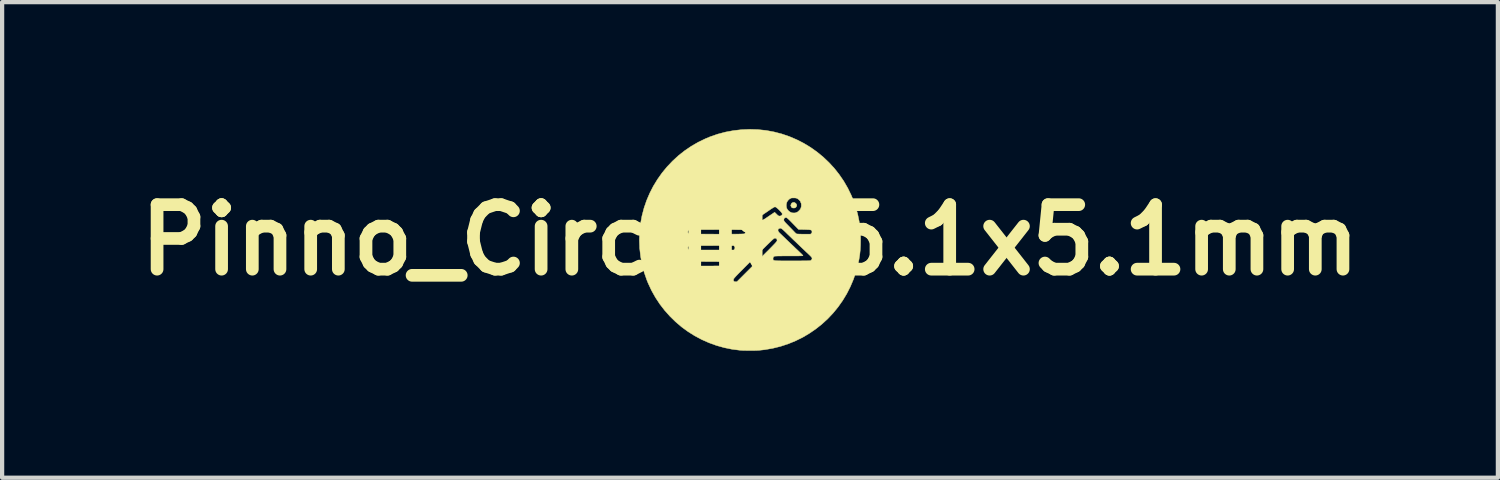
<source format=kicad_pcb>
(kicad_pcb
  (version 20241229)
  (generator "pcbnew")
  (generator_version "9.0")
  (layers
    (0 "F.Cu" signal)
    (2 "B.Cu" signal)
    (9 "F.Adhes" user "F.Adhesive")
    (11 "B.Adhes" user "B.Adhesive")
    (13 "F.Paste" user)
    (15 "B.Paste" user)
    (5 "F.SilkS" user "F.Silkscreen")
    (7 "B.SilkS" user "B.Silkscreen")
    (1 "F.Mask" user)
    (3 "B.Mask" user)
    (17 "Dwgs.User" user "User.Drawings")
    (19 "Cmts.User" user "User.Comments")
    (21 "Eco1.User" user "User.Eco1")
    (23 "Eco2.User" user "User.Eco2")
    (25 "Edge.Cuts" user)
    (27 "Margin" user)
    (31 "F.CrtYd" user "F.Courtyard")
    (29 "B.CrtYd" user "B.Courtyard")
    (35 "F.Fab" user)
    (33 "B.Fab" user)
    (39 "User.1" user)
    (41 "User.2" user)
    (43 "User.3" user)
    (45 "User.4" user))
  (footprint "Pinno_Circuit_5.1x5.1mm"
    (layer "F.Cu")
    (at 14.667 2.619)
    (property "Reference" "Pinno_Circuit_5.1x5.1mm" (at 0 0 0) (layer "F.SilkS") (effects (font (size 1.524 1.524) (thickness 0.3))))
    (attr through_hole)
    (fp_poly (pts (xy 1.054 -0.885) (xy 1.083 -0.864) (xy 1.1 -0.84) (xy 1.104 -0.814) (xy 1.095 -0.788) (xy 1.084 -0.774) (xy 1.067 -0.761) (xy 1.048 -0.756) (xy 1.031 -0.755) (xy 1.003 -0.758) (xy 0.987 -0.766) (xy 0.986 -0.767) (xy 0.972 -0.788) (xy 0.964 -0.809) (xy 0.962 -0.825) (xy 0.965 -0.83) (xy 0.972 -0.843) (xy 0.972 -0.847) (xy 0.979 -0.864) (xy 0.995 -0.878) (xy 1.017 -0.887) (xy 1.04 -0.889) (xy 1.054 -0.885)) (stroke (width 0.01) (type solid)) (fill yes) (layer "F.SilkS"))
    (fp_poly (pts (xy 0.185 -2.608) (xy 0.377 -2.588) (xy 0.385 -2.587) (xy 0.571 -2.552) (xy 0.754 -2.504) (xy 0.932 -2.443) (xy 1.105 -2.369) (xy 1.271 -2.284) (xy 1.431 -2.187) (xy 1.584 -2.078) (xy 1.728 -1.96) (xy 1.864 -1.831) (xy 1.991 -1.693) (xy 2.107 -1.546) (xy 2.214 -1.39) (xy 2.309 -1.226) (xy 2.392 -1.055) (xy 2.43 -0.963) (xy 2.493 -0.788) (xy 2.542 -0.615) (xy 2.578 -0.44) (xy 2.601 -0.261) (xy 2.611 -0.077) (xy 2.612 0) (xy 2.61 0.123) (xy 2.604 0.237) (xy 2.592 0.346) (xy 2.575 0.456) (xy 2.554 0.559) (xy 2.505 0.746) (xy 2.444 0.927) (xy 2.37 1.102) (xy 2.285 1.27) (xy 2.188 1.43) (xy 2.081 1.582) (xy 1.964 1.725) (xy 1.837 1.86) (xy 1.7 1.985) (xy 1.556 2.1) (xy 1.403 2.205) (xy 1.243 2.3) (xy 1.076 2.382) (xy 0.903 2.453) (xy 0.724 2.512) (xy 0.539 2.558) (xy 0.35 2.591) (xy 0.225 2.605) (xy 0.185 2.608) (xy 0.134 2.61) (xy 0.075 2.611) (xy 0.012 2.611) (xy -0.052 2.611) (xy -0.114 2.61) (xy -0.169 2.609) (xy -0.215 2.606) (xy -0.234 2.605) (xy -0.424 2.581) (xy -0.61 2.543) (xy -0.792 2.492) (xy -0.969 2.428) (xy -1.141 2.352) (xy -1.306 2.264) (xy -1.464 2.165) (xy -1.615 2.055) (xy -1.757 1.934) (xy -1.891 1.803) (xy -2.016 1.663) (xy -2.131 1.514) (xy -2.235 1.356) (xy -2.328 1.19) (xy -2.409 1.016) (xy -2.437 0.947) (xy -2.44 0.938) (xy -0.392 0.938) (xy -0.389 0.964) (xy -0.377 0.98) (xy -0.355 0.986) (xy -0.342 0.987) (xy -0.311 0.987) (xy 0.164 0.512) (xy 0.226 0.45) (xy 0.544 0.45) (xy 0.545 0.459) (xy 0.547 0.467) (xy 0.551 0.474) (xy 0.56 0.479) (xy 0.573 0.483) (xy 0.592 0.487) (xy 0.618 0.489) (xy 0.651 0.491) (xy 0.694 0.492) (xy 0.747 0.493) (xy 0.811 0.493) (xy 0.887 0.493) (xy 0.976 0.493) (xy 0.999 0.493) (xy 1.098 0.493) (xy 1.183 0.493) (xy 1.255 0.492) (xy 1.314 0.492) (xy 1.36 0.491) (xy 1.395 0.489) (xy 1.418 0.488) (xy 1.431 0.486) (xy 1.432 0.485) (xy 1.449 0.473) (xy 1.459 0.457) (xy 1.464 0.443) (xy 1.465 0.431) (xy 1.461 0.418) (xy 1.451 0.403) (xy 1.434 0.384) (xy 1.409 0.359) (xy 1.375 0.327) (xy 1.364 0.316) (xy 1.344 0.298) (xy 1.315 0.271) (xy 1.279 0.236) (xy 1.235 0.195) (xy 1.186 0.148) (xy 1.134 0.098) (xy 1.078 0.044) (xy 1.02 -0.01) (xy 0.963 -0.066) (xy 0.951 -0.077) (xy 0.917 -0.11) (xy 0.881 -0.144) (xy 0.848 -0.177) (xy 0.82 -0.204) (xy 0.813 -0.21) (xy 0.78 -0.241) (xy 0.755 -0.262) (xy 0.735 -0.274) (xy 0.719 -0.279) (xy 0.704 -0.278) (xy 0.696 -0.275) (xy 0.671 -0.26) (xy 0.66 -0.24) (xy 0.663 -0.216) (xy 0.679 -0.187) (xy 0.699 -0.165) (xy 0.716 -0.149) (xy 0.741 -0.125) (xy 0.774 -0.093) (xy 0.812 -0.057) (xy 0.854 -0.016) (xy 0.898 0.026) (xy 0.943 0.069) (xy 0.987 0.111) (xy 1.029 0.15) (xy 1.066 0.186) (xy 1.073 0.193) (xy 1.123 0.24) (xy 1.163 0.278) (xy 1.194 0.308) (xy 1.218 0.331) (xy 1.234 0.348) (xy 1.245 0.36) (xy 1.25 0.367) (xy 1.251 0.371) (xy 1.251 0.372) (xy 1.243 0.373) (xy 1.222 0.374) (xy 1.189 0.375) (xy 1.146 0.376) (xy 1.095 0.377) (xy 1.036 0.377) (xy 0.972 0.377) (xy 0.913 0.377) (xy 0.835 0.377) (xy 0.77 0.377) (xy 0.717 0.378) (xy 0.675 0.378) (xy 0.642 0.379) (xy 0.617 0.38) (xy 0.598 0.381) (xy 0.585 0.382) (xy 0.576 0.385) (xy 0.57 0.387) (xy 0.566 0.391) (xy 0.562 0.393) (xy 0.549 0.409) (xy 0.544 0.431) (xy 0.544 0.439) (xy 0.544 0.45) (xy 0.226 0.45) (xy 0.244 0.431) (xy 0.315 0.36) (xy 0.377 0.298) (xy 0.431 0.245) (xy 0.476 0.199) (xy 0.515 0.159) (xy 0.546 0.127) (xy 0.572 0.1) (xy 0.593 0.078) (xy 0.609 0.06) (xy 0.62 0.046) (xy 0.629 0.035) (xy 0.634 0.027) (xy 0.637 0.021) (xy 0.638 0.015) (xy 0.639 0.01) (xy 0.639 0.01) (xy 0.634 -0.018) (xy 0.619 -0.036) (xy 0.594 -0.043) (xy 0.589 -0.044) (xy 0.584 -0.043) (xy 0.578 -0.042) (xy 0.572 -0.038) (xy 0.563 -0.032) (xy 0.552 -0.024) (xy 0.537 -0.011) (xy 0.519 0.005) (xy 0.496 0.027) (xy 0.468 0.054) (xy 0.434 0.087) (xy 0.393 0.127) (xy 0.346 0.174) (xy 0.29 0.229) (xy 0.227 0.292) (xy 0.154 0.365) (xy 0.085 0.434) (xy 0.005 0.514) (xy -0.066 0.585) (xy -0.129 0.648) (xy -0.182 0.702) (xy -0.228 0.748) (xy -0.267 0.787) (xy -0.299 0.82) (xy -0.325 0.847) (xy -0.345 0.869) (xy -0.361 0.887) (xy -0.373 0.901) (xy -0.381 0.912) (xy -0.387 0.92) (xy -0.39 0.927) (xy -0.391 0.932) (xy -0.392 0.937) (xy -0.392 0.938) (xy -2.44 0.938) (xy -2.5 0.766) (xy -2.549 0.581) (xy -2.554 0.555) (xy -1.472 0.555) (xy -1.47 0.569) (xy -1.464 0.584) (xy -1.451 0.603) (xy -1.435 0.612) (xy -1.425 0.612) (xy -1.402 0.613) (xy -1.367 0.613) (xy -1.321 0.614) (xy -1.267 0.614) (xy -1.205 0.614) (xy -1.137 0.614) (xy -1.064 0.614) (xy -1.026 0.614) (xy -0.94 0.614) (xy -0.868 0.614) (xy -0.807 0.613) (xy -0.758 0.613) (xy -0.718 0.612) (xy -0.688 0.611) (xy -0.664 0.61) (xy -0.647 0.609) (xy -0.636 0.607) (xy -0.628 0.605) (xy -0.623 0.602) (xy -0.622 0.601) (xy -0.612 0.583) (xy -0.61 0.559) (xy -0.614 0.536) (xy -0.622 0.524) (xy -0.625 0.521) (xy -0.632 0.519) (xy -0.641 0.517) (xy -0.655 0.515) (xy -0.675 0.514) (xy -0.702 0.513) (xy -0.738 0.512) (xy -0.782 0.511) (xy -0.837 0.511) (xy -0.904 0.51) (xy -0.983 0.51) (xy -1.027 0.51) (xy -1.106 0.509) (xy -1.18 0.509) (xy -1.247 0.51) (xy -1.306 0.51) (xy -1.355 0.511) (xy -1.395 0.512) (xy -1.422 0.513) (xy -1.436 0.514) (xy -1.438 0.514) (xy -1.454 0.526) (xy -1.466 0.54) (xy -1.472 0.555) (xy -2.554 0.555) (xy -2.584 0.392) (xy -2.606 0.201) (xy -2.607 0.189) (xy -1.469 0.189) (xy -1.465 0.205) (xy -1.454 0.222) (xy -1.441 0.233) (xy -1.432 0.234) (xy -1.409 0.234) (xy -1.374 0.235) (xy -1.328 0.236) (xy -1.272 0.237) (xy -1.208 0.237) (xy -1.136 0.237) (xy -1.058 0.237) (xy -0.975 0.237) (xy -0.905 0.237) (xy -0.383 0.236) (xy -0.369 0.219) (xy -0.357 0.194) (xy -0.359 0.169) (xy -0.369 0.151) (xy -0.383 0.134) (xy -0.894 0.132) (xy -0.979 0.132) (xy -1.061 0.132) (xy -1.137 0.132) (xy -1.208 0.132) (xy -1.27 0.132) (xy -1.324 0.132) (xy -1.368 0.133) (xy -1.401 0.133) (xy -1.422 0.134) (xy -1.428 0.134) (xy -1.451 0.145) (xy -1.466 0.165) (xy -1.469 0.189) (xy -2.607 0.189) (xy -2.614 0.008) (xy -2.608 -0.185) (xy -2.606 -0.198) (xy -1.47 -0.198) (xy -1.469 -0.181) (xy -1.465 -0.173) (xy -1.454 -0.155) (xy -1.441 -0.145) (xy -1.432 -0.144) (xy -1.409 -0.143) (xy -1.374 -0.142) (xy -1.327 -0.142) (xy -1.271 -0.141) (xy -1.205 -0.14) (xy -1.131 -0.14) (xy -1.05 -0.139) (xy -0.963 -0.139) (xy -0.871 -0.139) (xy -0.787 -0.138) (xy -0.671 -0.138) (xy -0.568 -0.139) (xy -0.479 -0.139) (xy -0.402 -0.139) (xy -0.336 -0.139) (xy -0.28 -0.14) (xy -0.235 -0.141) (xy -0.199 -0.142) (xy -0.171 -0.143) (xy -0.151 -0.144) (xy -0.138 -0.145) (xy -0.131 -0.147) (xy -0.131 -0.147) (xy -0.118 -0.157) (xy -0.112 -0.174) (xy -0.111 -0.185) (xy -0.113 -0.211) (xy -0.12 -0.229) (xy -0.122 -0.231) (xy -0.125 -0.233) (xy -0.13 -0.235) (xy -0.138 -0.237) (xy -0.149 -0.238) (xy -0.165 -0.24) (xy -0.186 -0.241) (xy -0.214 -0.242) (xy -0.249 -0.242) (xy -0.292 -0.243) (xy -0.345 -0.243) (xy -0.407 -0.244) (xy -0.481 -0.244) (xy -0.566 -0.245) (xy -0.664 -0.245) (xy -0.76 -0.245) (xy -0.856 -0.246) (xy -0.947 -0.246) (xy -1.034 -0.246) (xy -1.114 -0.246) (xy -1.188 -0.246) (xy -1.254 -0.245) (xy -1.31 -0.245) (xy -1.356 -0.245) (xy -1.391 -0.244) (xy -1.413 -0.244) (xy -1.421 -0.243) (xy -1.443 -0.238) (xy -1.456 -0.227) (xy -1.463 -0.217) (xy -1.47 -0.198) (xy -2.606 -0.198) (xy -2.588 -0.377) (xy -2.587 -0.385) (xy -2.583 -0.406) (xy 0.047 -0.406) (xy 0.047 -0.385) (xy 0.058 -0.365) (xy 0.076 -0.349) (xy 0.097 -0.341) (xy 0.1 -0.341) (xy 0.11 -0.345) (xy 0.131 -0.357) (xy 0.162 -0.375) (xy 0.201 -0.4) (xy 0.248 -0.431) (xy 0.302 -0.466) (xy 0.319 -0.478) (xy 0.798 -0.478) (xy 0.799 -0.467) (xy 0.801 -0.457) (xy 0.807 -0.446) (xy 0.817 -0.432) (xy 0.833 -0.413) (xy 0.857 -0.388) (xy 0.889 -0.355) (xy 0.895 -0.349) (xy 0.929 -0.314) (xy 0.964 -0.278) (xy 0.996 -0.245) (xy 1.023 -0.217) (xy 1.038 -0.201) (xy 1.06 -0.178) (xy 1.08 -0.159) (xy 1.095 -0.147) (xy 1.099 -0.145) (xy 1.111 -0.143) (xy 1.134 -0.141) (xy 1.168 -0.14) (xy 1.208 -0.139) (xy 1.254 -0.138) (xy 1.272 -0.138) (xy 1.43 -0.138) (xy 1.449 -0.157) (xy 1.462 -0.173) (xy 1.464 -0.189) (xy 1.463 -0.198) (xy 1.46 -0.213) (xy 1.455 -0.223) (xy 1.447 -0.232) (xy 1.434 -0.237) (xy 1.413 -0.241) (xy 1.384 -0.244) (xy 1.344 -0.245) (xy 1.292 -0.247) (xy 1.291 -0.247) (xy 1.146 -0.25) (xy 1.01 -0.39) (xy 0.968 -0.433) (xy 0.935 -0.466) (xy 0.909 -0.491) (xy 0.89 -0.508) (xy 0.875 -0.52) (xy 0.864 -0.527) (xy 0.856 -0.529) (xy 0.852 -0.53) (xy 0.824 -0.525) (xy 0.806 -0.509) (xy 0.798 -0.484) (xy 0.798 -0.478) (xy 0.319 -0.478) (xy 0.349 -0.498) (xy 0.582 -0.655) (xy 0.628 -0.61) (xy 0.651 -0.587) (xy 0.668 -0.574) (xy 0.682 -0.567) (xy 0.696 -0.565) (xy 0.7 -0.565) (xy 0.726 -0.57) (xy 0.748 -0.584) (xy 0.76 -0.604) (xy 0.762 -0.616) (xy 0.757 -0.629) (xy 0.743 -0.649) (xy 0.722 -0.674) (xy 0.697 -0.7) (xy 0.67 -0.727) (xy 0.643 -0.751) (xy 0.619 -0.769) (xy 0.601 -0.781) (xy 0.592 -0.784) (xy 0.576 -0.779) (xy 0.551 -0.766) (xy 0.519 -0.746) (xy 0.506 -0.738) (xy 0.482 -0.722) (xy 0.449 -0.699) (xy 0.408 -0.671) (xy 0.362 -0.64) (xy 0.313 -0.607) (xy 0.263 -0.573) (xy 0.258 -0.57) (xy 0.202 -0.532) (xy 0.158 -0.502) (xy 0.123 -0.478) (xy 0.097 -0.459) (xy 0.078 -0.443) (xy 0.064 -0.432) (xy 0.055 -0.422) (xy 0.05 -0.413) (xy 0.047 -0.406) (xy -2.583 -0.406) (xy -2.552 -0.572) (xy -2.504 -0.755) (xy -2.49 -0.795) (xy 0.857 -0.795) (xy 0.865 -0.757) (xy 0.866 -0.753) (xy 0.883 -0.721) (xy 0.908 -0.691) (xy 0.937 -0.668) (xy 0.948 -0.661) (xy 0.967 -0.652) (xy 0.98 -0.645) (xy 0.993 -0.642) (xy 1.015 -0.64) (xy 1.04 -0.639) (xy 1.063 -0.64) (xy 1.079 -0.643) (xy 1.085 -0.646) (xy 1.095 -0.652) (xy 1.104 -0.653) (xy 1.117 -0.658) (xy 1.135 -0.672) (xy 1.156 -0.691) (xy 1.175 -0.711) (xy 1.19 -0.73) (xy 1.197 -0.745) (xy 1.197 -0.747) (xy 1.201 -0.761) (xy 1.205 -0.766) (xy 1.208 -0.775) (xy 1.211 -0.794) (xy 1.212 -0.82) (xy 1.212 -0.82) (xy 1.211 -0.846) (xy 1.208 -0.865) (xy 1.205 -0.874) (xy 1.205 -0.874) (xy 1.198 -0.885) (xy 1.197 -0.892) (xy 1.192 -0.907) (xy 1.177 -0.928) (xy 1.157 -0.949) (xy 1.134 -0.968) (xy 1.118 -0.978) (xy 1.098 -0.987) (xy 1.077 -0.992) (xy 1.049 -0.994) (xy 1.026 -0.994) (xy 0.996 -0.993) (xy 0.975 -0.991) (xy 0.966 -0.988) (xy 0.965 -0.987) (xy 0.959 -0.981) (xy 0.954 -0.98) (xy 0.94 -0.974) (xy 0.921 -0.959) (xy 0.9 -0.938) (xy 0.882 -0.914) (xy 0.88 -0.911) (xy 0.865 -0.878) (xy 0.858 -0.837) (xy 0.857 -0.795) (xy -2.49 -0.795) (xy -2.443 -0.933) (xy -2.369 -1.106) (xy -2.284 -1.272) (xy -2.186 -1.432) (xy -2.078 -1.585) (xy -1.959 -1.729) (xy -1.83 -1.865) (xy -1.692 -1.992) (xy -1.544 -2.109) (xy -1.388 -2.215) (xy -1.224 -2.31) (xy -1.052 -2.393) (xy -0.947 -2.437) (xy -0.766 -2.5) (xy -0.581 -2.549) (xy -0.392 -2.584) (xy -0.201 -2.606) (xy -0.008 -2.614) (xy 0.185 -2.608)) (stroke (width 0.01) (type solid)) (fill yes) (layer "F.SilkS")))
  (gr_rect
    (start -3 -3)
    (end 32.333 8.235)
    (stroke (width 0.1) (type default))
    (fill no)
    (layer "Edge.Cuts")))
</source>
